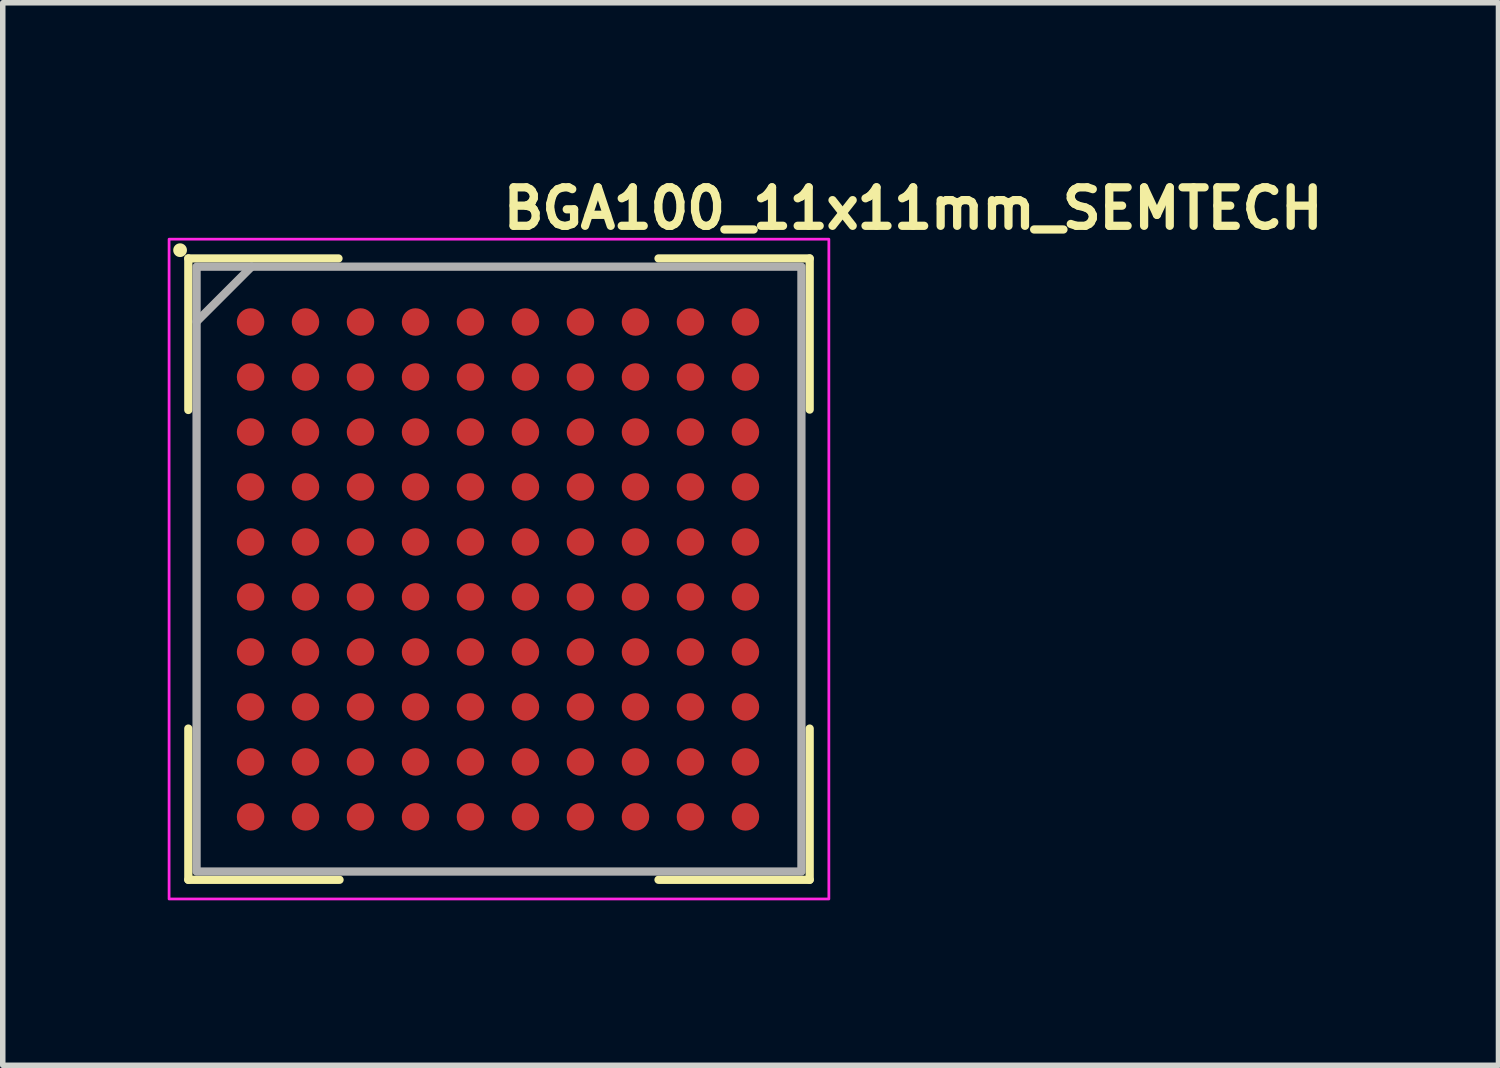
<source format=kicad_pcb>
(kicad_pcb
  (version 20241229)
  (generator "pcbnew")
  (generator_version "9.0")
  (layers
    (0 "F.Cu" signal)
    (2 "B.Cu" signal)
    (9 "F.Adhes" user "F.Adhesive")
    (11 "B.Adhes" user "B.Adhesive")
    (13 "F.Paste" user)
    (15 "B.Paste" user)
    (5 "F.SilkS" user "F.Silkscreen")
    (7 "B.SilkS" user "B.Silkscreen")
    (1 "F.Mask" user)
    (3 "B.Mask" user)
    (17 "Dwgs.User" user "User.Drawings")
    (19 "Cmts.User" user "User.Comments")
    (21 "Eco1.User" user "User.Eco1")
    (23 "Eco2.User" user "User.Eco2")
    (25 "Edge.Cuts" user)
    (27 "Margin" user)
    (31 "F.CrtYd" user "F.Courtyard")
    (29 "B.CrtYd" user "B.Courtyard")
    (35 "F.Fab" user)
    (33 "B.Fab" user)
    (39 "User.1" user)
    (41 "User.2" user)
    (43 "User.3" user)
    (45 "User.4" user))
  (footprint "BGA100_11x11mm_SEMTECH"
    (layer "F.Cu")
    (at 6.025 7.3)
    (property "Reference" "BGA100_11x11mm_SEMTECH" (at 0 -6.15 0) (layer "F.SilkS") (effects (font (size 0.7 0.7) (thickness 0.15)) (justify left bottom)))
    (attr smd)
    (fp_line (start -5.65 -5.65) (end -5.65 -2.894) (stroke (width 0.15) (type solid)) (layer "F.SilkS"))
    (fp_line (start -5.65 5.65) (end -5.65 2.9) (stroke (width 0.15) (type solid)) (layer "F.SilkS"))
    (fp_line (start -2.919 -5.65) (end -5.65 -5.65) (stroke (width 0.15) (type solid)) (layer "F.SilkS"))
    (fp_line (start -2.9 5.65) (end -5.65 5.65) (stroke (width 0.15) (type solid)) (layer "F.SilkS"))
    (fp_line (start 2.901 -5.65) (end 5.65 -5.65) (stroke (width 0.15) (type solid)) (layer "F.SilkS"))
    (fp_line (start 2.901 5.65) (end 5.65 5.65) (stroke (width 0.15) (type solid)) (layer "F.SilkS"))
    (fp_line (start 5.65 -5.65) (end 5.65 -2.901) (stroke (width 0.15) (type solid)) (layer "F.SilkS"))
    (fp_line (start 5.65 5.65) (end 5.65 2.9) (stroke (width 0.15) (type solid)) (layer "F.SilkS"))
    (fp_circle (center -5.8 -5.8) (end -5.75 -5.8) (stroke (width 0.15) (type solid)) (fill yes) (layer "F.SilkS"))
    (fp_rect (start -6 -6) (end 5.999 5.999) (stroke (width 0.05) (type solid)) (fill no) (layer "F.CrtYd"))
    (fp_line (start -4.5 -5.5) (end -5.5 -4.5) (stroke (width 0.15) (type solid)) (layer "F.Fab"))
    (fp_rect (start 5.5 5.5) (end -5.5 -5.5) (stroke (width 0.15) (type solid)) (fill no) (layer "F.Fab"))
    (fp_rect (start -5.5 -5.5) (end 5.499 5.499) (stroke (width 0.1) (type solid)) (fill no) (layer "User.5"))
    (fp_line (start -5.5 -5.5) (end -5.5 5.499) (stroke (width 0.02) (type solid)) (layer "User.9"))
    (fp_line (start -5.5 5.499) (end 5.499 5.499) (stroke (width 0.02) (type solid)) (layer "User.9"))
    (fp_line (start 5.499 -5.5) (end -5.5 -5.5) (stroke (width 0.02) (type solid)) (layer "User.9"))
    (fp_line (start 5.499 5.499) (end 5.499 -5.5) (stroke (width 0.02) (type solid)) (layer "User.9"))
    (fp_circle (center -4.5 -4.5) (end -4.175 -4.475) (stroke (width 0.02) (type solid)) (fill no) (layer "User.9"))
    (pad "A1" smd circle (at -4.518 -4.494) (size 0.5 0.5) (layers "F.Cu" "F.Mask" "F.Paste"))
    (pad "A2" smd circle (at -3.519 -4.494) (size 0.5 0.5) (layers "F.Cu" "F.Mask" "F.Paste"))
    (pad "A3" smd circle (at -2.519 -4.494) (size 0.5 0.5) (layers "F.Cu" "F.Mask" "F.Paste"))
    (pad "A4" smd circle (at -1.518 -4.494) (size 0.5 0.5) (layers "F.Cu" "F.Mask" "F.Paste"))
    (pad "A5" smd circle (at -0.519 -4.494) (size 0.5 0.5) (layers "F.Cu" "F.Mask" "F.Paste"))
    (pad "A6" smd circle (at 0.481 -4.494) (size 0.5 0.5) (layers "F.Cu" "F.Mask" "F.Paste"))
    (pad "A7" smd circle (at 1.481 -4.494) (size 0.5 0.5) (layers "F.Cu" "F.Mask" "F.Paste"))
    (pad "A8" smd circle (at 2.482 -4.494) (size 0.5 0.5) (layers "F.Cu" "F.Mask" "F.Paste"))
    (pad "A9" smd circle (at 3.482 -4.494) (size 0.5 0.5) (layers "F.Cu" "F.Mask" "F.Paste"))
    (pad "A10" smd circle (at 4.482 -4.494) (size 0.5 0.5) (layers "F.Cu" "F.Mask" "F.Paste"))
    (pad "B1" smd circle (at -4.518 -3.493) (size 0.5 0.5) (layers "F.Cu" "F.Mask" "F.Paste"))
    (pad "B2" smd circle (at -3.519 -3.493) (size 0.5 0.5) (layers "F.Cu" "F.Mask" "F.Paste"))
    (pad "B3" smd circle (at -2.519 -3.493) (size 0.5 0.5) (layers "F.Cu" "F.Mask" "F.Paste"))
    (pad "B4" smd circle (at -1.518 -3.493) (size 0.5 0.5) (layers "F.Cu" "F.Mask" "F.Paste"))
    (pad "B5" smd circle (at -0.519 -3.493) (size 0.5 0.5) (layers "F.Cu" "F.Mask" "F.Paste"))
    (pad "B6" smd circle (at 0.481 -3.493) (size 0.5 0.5) (layers "F.Cu" "F.Mask" "F.Paste"))
    (pad "B7" smd circle (at 1.481 -3.493) (size 0.5 0.5) (layers "F.Cu" "F.Mask" "F.Paste"))
    (pad "B8" smd circle (at 2.482 -3.493) (size 0.5 0.5) (layers "F.Cu" "F.Mask" "F.Paste"))
    (pad "B9" smd circle (at 3.482 -3.493) (size 0.5 0.5) (layers "F.Cu" "F.Mask" "F.Paste"))
    (pad "B10" smd circle (at 4.482 -3.493) (size 0.5 0.5) (layers "F.Cu" "F.Mask" "F.Paste"))
    (pad "C1" smd circle (at -4.518 -2.493) (size 0.5 0.5) (layers "F.Cu" "F.Mask" "F.Paste"))
    (pad "C2" smd circle (at -3.519 -2.493) (size 0.5 0.5) (layers "F.Cu" "F.Mask" "F.Paste"))
    (pad "C3" smd circle (at -2.519 -2.493) (size 0.5 0.5) (layers "F.Cu" "F.Mask" "F.Paste"))
    (pad "C4" smd circle (at -1.518 -2.493) (size 0.5 0.5) (layers "F.Cu" "F.Mask" "F.Paste"))
    (pad "C5" smd circle (at -0.519 -2.493) (size 0.5 0.5) (layers "F.Cu" "F.Mask" "F.Paste"))
    (pad "C6" smd circle (at 0.481 -2.493) (size 0.5 0.5) (layers "F.Cu" "F.Mask" "F.Paste"))
    (pad "C7" smd circle (at 1.481 -2.493) (size 0.5 0.5) (layers "F.Cu" "F.Mask" "F.Paste"))
    (pad "C8" smd circle (at 2.482 -2.493) (size 0.5 0.5) (layers "F.Cu" "F.Mask" "F.Paste"))
    (pad "C9" smd circle (at 3.482 -2.493) (size 0.5 0.5) (layers "F.Cu" "F.Mask" "F.Paste"))
    (pad "C10" smd circle (at 4.482 -2.493) (size 0.5 0.5) (layers "F.Cu" "F.Mask" "F.Paste"))
    (pad "D1" smd circle (at -4.518 -1.494) (size 0.5 0.5) (layers "F.Cu" "F.Mask" "F.Paste"))
    (pad "D2" smd circle (at -3.519 -1.494) (size 0.5 0.5) (layers "F.Cu" "F.Mask" "F.Paste"))
    (pad "D3" smd circle (at -2.519 -1.494) (size 0.5 0.5) (layers "F.Cu" "F.Mask" "F.Paste"))
    (pad "D4" smd circle (at -1.518 -1.494) (size 0.5 0.5) (layers "F.Cu" "F.Mask" "F.Paste"))
    (pad "D5" smd circle (at -0.519 -1.494) (size 0.5 0.5) (layers "F.Cu" "F.Mask" "F.Paste"))
    (pad "D6" smd circle (at 0.481 -1.494) (size 0.5 0.5) (layers "F.Cu" "F.Mask" "F.Paste"))
    (pad "D7" smd circle (at 1.481 -1.494) (size 0.5 0.5) (layers "F.Cu" "F.Mask" "F.Paste"))
    (pad "D8" smd circle (at 2.482 -1.494) (size 0.5 0.5) (layers "F.Cu" "F.Mask" "F.Paste"))
    (pad "D9" smd circle (at 3.482 -1.494) (size 0.5 0.5) (layers "F.Cu" "F.Mask" "F.Paste"))
    (pad "D10" smd circle (at 4.482 -1.494) (size 0.5 0.5) (layers "F.Cu" "F.Mask" "F.Paste"))
    (pad "E1" smd circle (at -4.518 -0.493) (size 0.5 0.5) (layers "F.Cu" "F.Mask" "F.Paste"))
    (pad "E2" smd circle (at -3.519 -0.493) (size 0.5 0.5) (layers "F.Cu" "F.Mask" "F.Paste"))
    (pad "E3" smd circle (at -2.519 -0.493) (size 0.5 0.5) (layers "F.Cu" "F.Mask" "F.Paste"))
    (pad "E4" smd circle (at -1.518 -0.493) (size 0.5 0.5) (layers "F.Cu" "F.Mask" "F.Paste"))
    (pad "E5" smd circle (at -0.519 -0.493) (size 0.5 0.5) (layers "F.Cu" "F.Mask" "F.Paste"))
    (pad "E6" smd circle (at 0.481 -0.493) (size 0.5 0.5) (layers "F.Cu" "F.Mask" "F.Paste"))
    (pad "E7" smd circle (at 1.481 -0.493) (size 0.5 0.5) (layers "F.Cu" "F.Mask" "F.Paste"))
    (pad "E8" smd circle (at 2.482 -0.493) (size 0.5 0.5) (layers "F.Cu" "F.Mask" "F.Paste"))
    (pad "E9" smd circle (at 3.482 -0.493) (size 0.5 0.5) (layers "F.Cu" "F.Mask" "F.Paste"))
    (pad "E10" smd circle (at 4.482 -0.493) (size 0.5 0.5) (layers "F.Cu" "F.Mask" "F.Paste"))
    (pad "F1" smd circle (at -4.518 0.506) (size 0.5 0.5) (layers "F.Cu" "F.Mask" "F.Paste"))
    (pad "F2" smd circle (at -3.519 0.506) (size 0.5 0.5) (layers "F.Cu" "F.Mask" "F.Paste"))
    (pad "F3" smd circle (at -2.519 0.506) (size 0.5 0.5) (layers "F.Cu" "F.Mask" "F.Paste"))
    (pad "F4" smd circle (at -1.518 0.506) (size 0.5 0.5) (layers "F.Cu" "F.Mask" "F.Paste"))
    (pad "F5" smd circle (at -0.519 0.506) (size 0.5 0.5) (layers "F.Cu" "F.Mask" "F.Paste"))
    (pad "F6" smd circle (at 0.481 0.506) (size 0.5 0.5) (layers "F.Cu" "F.Mask" "F.Paste"))
    (pad "F7" smd circle (at 1.481 0.506) (size 0.5 0.5) (layers "F.Cu" "F.Mask" "F.Paste"))
    (pad "F8" smd circle (at 2.482 0.506) (size 0.5 0.5) (layers "F.Cu" "F.Mask" "F.Paste"))
    (pad "F9" smd circle (at 3.482 0.506) (size 0.5 0.5) (layers "F.Cu" "F.Mask" "F.Paste"))
    (pad "F10" smd circle (at 4.482 0.506) (size 0.5 0.5) (layers "F.Cu" "F.Mask" "F.Paste"))
    (pad "G1" smd circle (at -4.518 1.507) (size 0.5 0.5) (layers "F.Cu" "F.Mask" "F.Paste"))
    (pad "G2" smd circle (at -3.519 1.507) (size 0.5 0.5) (layers "F.Cu" "F.Mask" "F.Paste"))
    (pad "G3" smd circle (at -2.519 1.507) (size 0.5 0.5) (layers "F.Cu" "F.Mask" "F.Paste"))
    (pad "G4" smd circle (at -1.518 1.507) (size 0.5 0.5) (layers "F.Cu" "F.Mask" "F.Paste"))
    (pad "G5" smd circle (at -0.519 1.507) (size 0.5 0.5) (layers "F.Cu" "F.Mask" "F.Paste"))
    (pad "G6" smd circle (at 0.481 1.507) (size 0.5 0.5) (layers "F.Cu" "F.Mask" "F.Paste"))
    (pad "G7" smd circle (at 1.481 1.507) (size 0.5 0.5) (layers "F.Cu" "F.Mask" "F.Paste"))
    (pad "G8" smd circle (at 2.482 1.507) (size 0.5 0.5) (layers "F.Cu" "F.Mask" "F.Paste"))
    (pad "G9" smd circle (at 3.482 1.507) (size 0.5 0.5) (layers "F.Cu" "F.Mask" "F.Paste"))
    (pad "G10" smd circle (at 4.482 1.507) (size 0.5 0.5) (layers "F.Cu" "F.Mask" "F.Paste"))
    (pad "H1" smd circle (at -4.518 2.507) (size 0.5 0.5) (layers "F.Cu" "F.Mask" "F.Paste"))
    (pad "H2" smd circle (at -3.519 2.507) (size 0.5 0.5) (layers "F.Cu" "F.Mask" "F.Paste"))
    (pad "H3" smd circle (at -2.519 2.507) (size 0.5 0.5) (layers "F.Cu" "F.Mask" "F.Paste"))
    (pad "H4" smd circle (at -1.518 2.507) (size 0.5 0.5) (layers "F.Cu" "F.Mask" "F.Paste"))
    (pad "H5" smd circle (at -0.519 2.507) (size 0.5 0.5) (layers "F.Cu" "F.Mask" "F.Paste"))
    (pad "H6" smd circle (at 0.481 2.507) (size 0.5 0.5) (layers "F.Cu" "F.Mask" "F.Paste"))
    (pad "H7" smd circle (at 1.481 2.507) (size 0.5 0.5) (layers "F.Cu" "F.Mask" "F.Paste"))
    (pad "H8" smd circle (at 2.482 2.507) (size 0.5 0.5) (layers "F.Cu" "F.Mask" "F.Paste"))
    (pad "H9" smd circle (at 3.482 2.507) (size 0.5 0.5) (layers "F.Cu" "F.Mask" "F.Paste"))
    (pad "H10" smd circle (at 4.482 2.507) (size 0.5 0.5) (layers "F.Cu" "F.Mask" "F.Paste"))
    (pad "J1" smd circle (at -4.518 3.507) (size 0.5 0.5) (layers "F.Cu" "F.Mask" "F.Paste"))
    (pad "J2" smd circle (at -3.519 3.507) (size 0.5 0.5) (layers "F.Cu" "F.Mask" "F.Paste"))
    (pad "J3" smd circle (at -2.519 3.507) (size 0.5 0.5) (layers "F.Cu" "F.Mask" "F.Paste"))
    (pad "J4" smd circle (at -1.518 3.507) (size 0.5 0.5) (layers "F.Cu" "F.Mask" "F.Paste"))
    (pad "J5" smd circle (at -0.519 3.507) (size 0.5 0.5) (layers "F.Cu" "F.Mask" "F.Paste"))
    (pad "J6" smd circle (at 0.481 3.507) (size 0.5 0.5) (layers "F.Cu" "F.Mask" "F.Paste"))
    (pad "J7" smd circle (at 1.481 3.507) (size 0.5 0.5) (layers "F.Cu" "F.Mask" "F.Paste"))
    (pad "J8" smd circle (at 2.482 3.507) (size 0.5 0.5) (layers "F.Cu" "F.Mask" "F.Paste"))
    (pad "J9" smd circle (at 3.482 3.507) (size 0.5 0.5) (layers "F.Cu" "F.Mask" "F.Paste"))
    (pad "J10" smd circle (at 4.482 3.507) (size 0.5 0.5) (layers "F.Cu" "F.Mask" "F.Paste"))
    (pad "K1" smd circle (at -4.518 4.506) (size 0.5 0.5) (layers "F.Cu" "F.Mask" "F.Paste"))
    (pad "K2" smd circle (at -3.519 4.506) (size 0.5 0.5) (layers "F.Cu" "F.Mask" "F.Paste"))
    (pad "K3" smd circle (at -2.519 4.506) (size 0.5 0.5) (layers "F.Cu" "F.Mask" "F.Paste"))
    (pad "K4" smd circle (at -1.518 4.506) (size 0.5 0.5) (layers "F.Cu" "F.Mask" "F.Paste"))
    (pad "K5" smd circle (at -0.519 4.506) (size 0.5 0.5) (layers "F.Cu" "F.Mask" "F.Paste"))
    (pad "K6" smd circle (at 0.481 4.506) (size 0.5 0.5) (layers "F.Cu" "F.Mask" "F.Paste"))
    (pad "K7" smd circle (at 1.481 4.506) (size 0.5 0.5) (layers "F.Cu" "F.Mask" "F.Paste"))
    (pad "K8" smd circle (at 2.482 4.506) (size 0.5 0.5) (layers "F.Cu" "F.Mask" "F.Paste"))
    (pad "K9" smd circle (at 3.482 4.506) (size 0.5 0.5) (layers "F.Cu" "F.Mask" "F.Paste"))
    (pad "K10" smd circle (at 4.482 4.506) (size 0.5 0.5) (layers "F.Cu" "F.Mask" "F.Paste")))
  (gr_rect
    (start -3 -3)
    (end 24.202 16.324)
    (stroke (width 0.1) (type default))
    (fill no)
    (layer "Edge.Cuts")))
</source>
